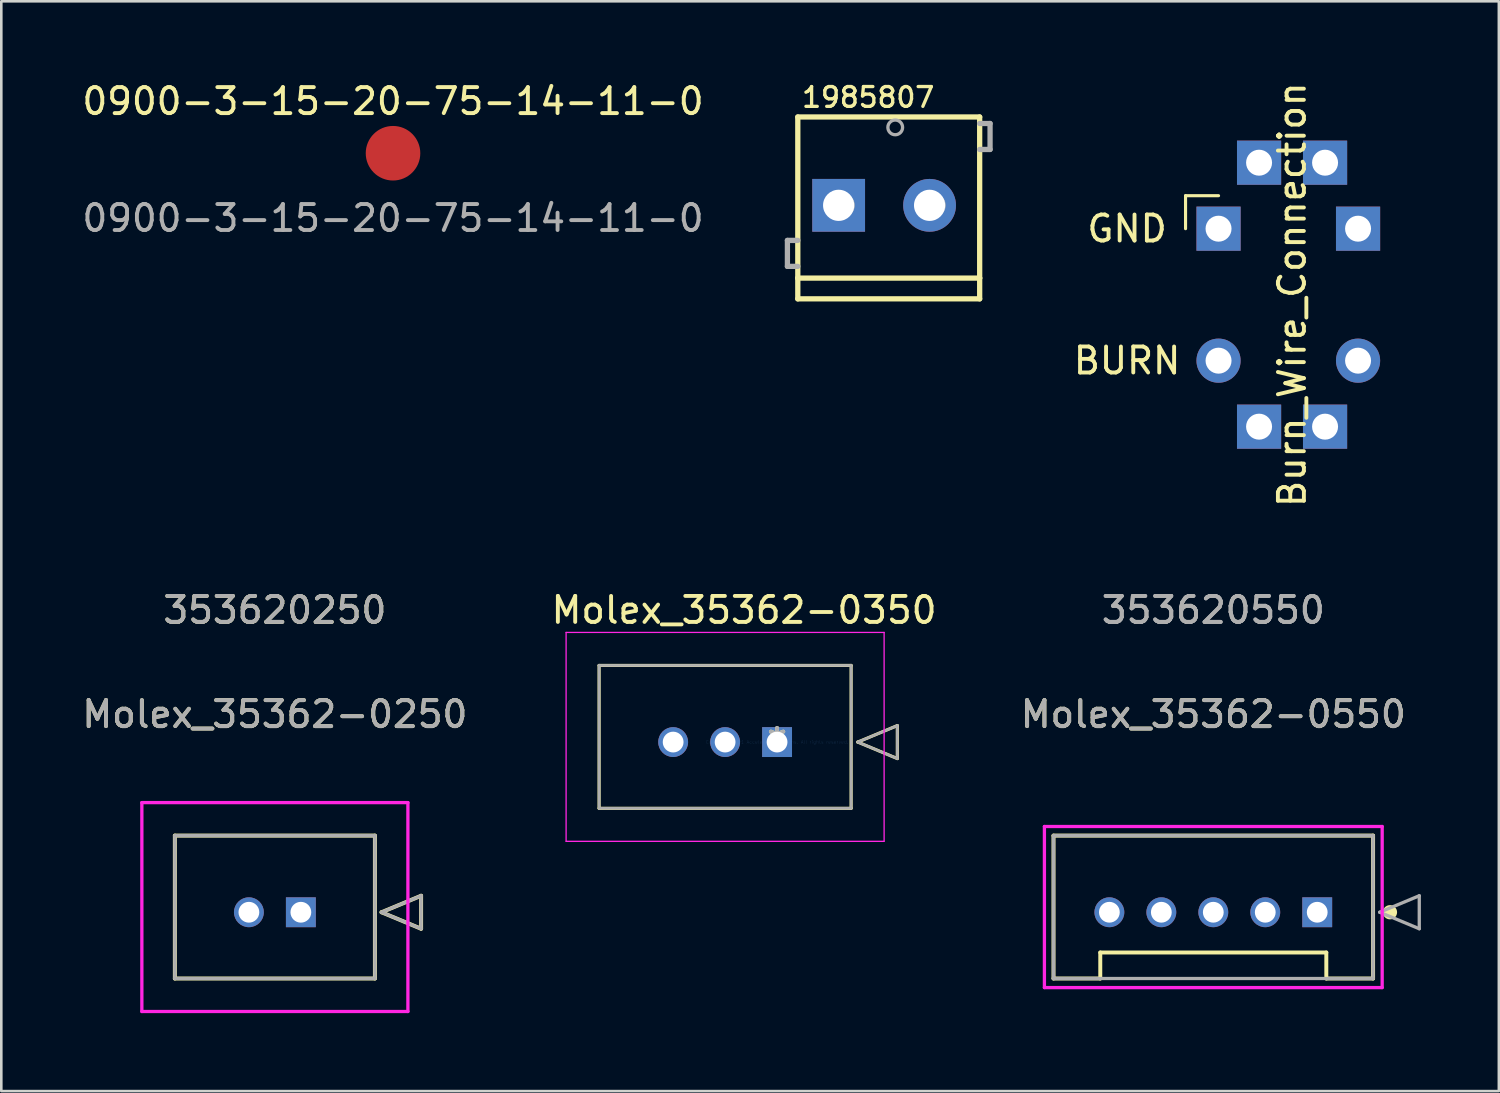
<source format=kicad_pcb>
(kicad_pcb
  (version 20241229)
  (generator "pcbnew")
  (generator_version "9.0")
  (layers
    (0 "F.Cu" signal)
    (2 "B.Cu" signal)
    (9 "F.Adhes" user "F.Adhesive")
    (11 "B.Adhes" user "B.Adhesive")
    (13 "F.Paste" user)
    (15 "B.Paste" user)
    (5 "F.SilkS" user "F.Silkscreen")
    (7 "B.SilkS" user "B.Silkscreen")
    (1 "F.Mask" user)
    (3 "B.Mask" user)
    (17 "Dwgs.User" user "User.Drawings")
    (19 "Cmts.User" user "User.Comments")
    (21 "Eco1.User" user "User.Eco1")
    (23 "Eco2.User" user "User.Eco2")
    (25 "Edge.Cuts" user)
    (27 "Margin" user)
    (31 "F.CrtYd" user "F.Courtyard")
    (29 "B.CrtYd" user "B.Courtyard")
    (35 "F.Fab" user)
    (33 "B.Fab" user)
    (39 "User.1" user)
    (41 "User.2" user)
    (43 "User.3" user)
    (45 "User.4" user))
  (footprint "Molex_35362-0550"
    (layer "F.Cu")
    (at 47.649 32.062)
    (property "Reference" "Molex_35362-0550" (at -4 -7.62 0) (unlocked yes) (layer "F.SilkS") (effects (font (size 1 1) (thickness 0.15))))
    (attr through_hole)
    (fp_line (start -10.15 -2.95) (end -10.15 2.55) (stroke (width 0.152) (type solid)) (layer "F.SilkS"))
    (fp_line (start -10.15 2.55) (end -8.35 2.55) (stroke (width 0.152) (type default)) (layer "F.SilkS"))
    (fp_line (start -8.35 1.55) (end 0.35 1.55) (stroke (width 0.152) (type default)) (layer "F.SilkS"))
    (fp_line (start -8.35 2.55) (end -8.35 1.55) (stroke (width 0.152) (type default)) (layer "F.SilkS"))
    (fp_line (start 0.35 2.55) (end 0.35 1.55) (stroke (width 0.152) (type default)) (layer "F.SilkS"))
    (fp_line (start 2.15 -2.95) (end -10.15 -2.95) (stroke (width 0.152) (type solid)) (layer "F.SilkS"))
    (fp_line (start 2.15 2.55) (end 0.35 2.55) (stroke (width 0.152) (type default)) (layer "F.SilkS"))
    (fp_line (start 2.15 2.55) (end 2.15 -2.95) (stroke (width 0.152) (type solid)) (layer "F.SilkS"))
    (fp_circle (center 2.8 0) (end 3.024 0) (stroke (width 0.1) (type solid)) (fill yes) (layer "F.SilkS"))
    (fp_line (start -10.5 -3.3) (end -10.5 2.9) (stroke (width 0.127) (type solid)) (layer "F.CrtYd"))
    (fp_line (start -10.5 2.9) (end 2.5 2.9) (stroke (width 0.127) (type solid)) (layer "F.CrtYd"))
    (fp_line (start 2.5 -3.3) (end -10.5 -3.3) (stroke (width 0.127) (type solid)) (layer "F.CrtYd"))
    (fp_line (start 2.5 2.9) (end 2.5 -3.3) (stroke (width 0.127) (type solid)) (layer "F.CrtYd"))
    (fp_line (start -10.15 -2.95) (end -10.15 2.55) (stroke (width 0.127) (type solid)) (layer "F.Fab"))
    (fp_line (start -10.15 2.55) (end 2.15 2.55) (stroke (width 0.127) (type solid)) (layer "F.Fab"))
    (fp_line (start 2.15 -2.95) (end -10.15 -2.95) (stroke (width 0.127) (type solid)) (layer "F.Fab"))
    (fp_line (start 2.15 2.55) (end 2.15 -2.95) (stroke (width 0.127) (type solid)) (layer "F.Fab"))
    (fp_line (start 2.404 0) (end 3.928 -0.635) (stroke (width 0.127) (type solid)) (layer "F.Fab"))
    (fp_line (start 3.928 -0.635) (end 3.928 0.635) (stroke (width 0.127) (type solid)) (layer "F.Fab"))
    (fp_line (start 3.928 0.635) (end 2.404 0) (stroke (width 0.127) (type solid)) (layer "F.Fab"))
    (fp_text user "353620550" (at -4 -11.63 0) (unlocked yes) (layer "F.Fab") (effects (font (size 1 1) (thickness 0.15))))
    (fp_text user "353620550" (at -4 -11.63 0) (unlocked yes) (layer "F.Fab") (effects (font (size 1 1) (thickness 0.15))))
    (fp_text user "${REFERENCE}" (at -4 -7.62 0) (unlocked yes) (layer "F.Fab") (effects (font (size 1 1) (thickness 0.15))))
    (pad "1" thru_hole rect (at 0 0) (size 1.15 1.15) (drill 0.8) (layers "*.Cu" "*.Mask"))
    (pad "2" thru_hole circle (at -2 0) (size 1.15 1.15) (drill 0.8) (layers "*.Cu" "*.Mask"))
    (pad "3" thru_hole circle (at -4 0) (size 1.15 1.15) (drill 0.8) (layers "*.Cu" "*.Mask"))
    (pad "4" thru_hole circle (at -6 0) (size 1.15 1.15) (drill 0.8) (layers "*.Cu" "*.Mask"))
    (pad "5" thru_hole circle (at -8 0) (size 1.15 1.15) (drill 0.8) (layers "*.Cu" "*.Mask")))
  (footprint "1985807"
    (layer "F.Cu")
    (at 29.229 4.853)
    (property "Reference" "1985807" (at 3.76 -3.71 180) (layer "F.SilkS") (effects (font (size 0.762 0.762) (thickness 0.127)) (justify right bottom)))
    (attr through_hole)
    (fp_line (start -1.572 -3.4) (end 5.428 -3.4) (stroke (width 0.203) (type solid)) (layer "F.SilkS"))
    (fp_line (start -1.572 2.8) (end -1.572 -3.4) (stroke (width 0.203) (type solid)) (layer "F.SilkS"))
    (fp_line (start -1.572 3.6) (end -1.572 2.8) (stroke (width 0.203) (type solid)) (layer "F.SilkS"))
    (fp_line (start 5.428 -3.4) (end 5.428 2.8) (stroke (width 0.203) (type solid)) (layer "F.SilkS"))
    (fp_line (start 5.428 2.8) (end -1.572 2.8) (stroke (width 0.203) (type solid)) (layer "F.SilkS"))
    (fp_line (start 5.428 2.8) (end 5.428 3.6) (stroke (width 0.203) (type solid)) (layer "F.SilkS"))
    (fp_line (start 5.428 3.6) (end -1.572 3.6) (stroke (width 0.203) (type solid)) (layer "F.SilkS"))
    (fp_line (start -1.972 1.35) (end -1.972 2.35) (stroke (width 0.203) (type solid)) (layer "F.Fab"))
    (fp_line (start -1.972 2.35) (end -1.572 2.35) (stroke (width 0.203) (type solid)) (layer "F.Fab"))
    (fp_line (start -1.572 1.35) (end -1.972 1.35) (stroke (width 0.203) (type solid)) (layer "F.Fab"))
    (fp_line (start 5.428 -3.15) (end 5.828 -3.15) (stroke (width 0.203) (type solid)) (layer "F.Fab"))
    (fp_line (start 5.828 -3.15) (end 5.828 -2.15) (stroke (width 0.203) (type solid)) (layer "F.Fab"))
    (fp_line (start 5.828 -2.15) (end 5.428 -2.15) (stroke (width 0.203) (type solid)) (layer "F.Fab"))
    (fp_circle (center 0.178 0) (end 0.61 0) (stroke (width 0.025) (type solid)) (fill no) (layer "F.Fab"))
    (fp_circle (center 2.178 -3) (end 2.461 -3) (stroke (width 0.127) (type solid)) (fill no) (layer "F.Fab"))
    (fp_circle (center 3.678 0) (end 4.11 0) (stroke (width 0.025) (type solid)) (fill no) (layer "F.Fab"))
    (pad "1" thru_hole rect (at 0 0) (size 2.032 2.032) (drill 1.2) (layers "*.Cu" "*.Mask"))
    (pad "2" thru_hole circle (at 3.5 0) (size 2.032 2.032) (drill 1.2) (layers "*.Cu" "*.Mask")))
  (footprint "Burn_Wire_Connection"
    (layer "F.Cu")
    (at 41.601 1.942)
    (property "Reference" "Burn_Wire_Connection" (at 5.08 6.35 90) (layer "F.SilkS") (effects (font (size 1 1) (thickness 0.15))))
    (attr through_hole)
    (fp_line (start 0.98 2.54) (end 2.25 2.54) (stroke (width 0.12) (type solid)) (layer "F.SilkS"))
    (fp_line (start 0.98 3.81) (end 0.98 2.54) (stroke (width 0.12) (type solid)) (layer "F.SilkS"))
    (fp_line (start 1.93 3.49) (end 1.93 4.13) (stroke (width 0.1) (type solid)) (layer "F.Fab"))
    (fp_line (start 1.93 8.57) (end 1.93 9.21) (stroke (width 0.1) (type solid)) (layer "F.Fab"))
    (fp_text user "GND" (at -1.27 3.81 0) (layer "F.SilkS") (effects (font (size 1 1) (thickness 0.15))))
    (fp_text user "BURN" (at -1.27 8.89 0) (layer "F.SilkS") (effects (font (size 1 1) (thickness 0.15))))
    (pad "1" thru_hole rect (at 2.25 3.81) (size 1.7 1.7) (drill 1) (layers "*.Cu" "*.Mask"))
    (pad "1" thru_hole rect (at 3.81 1.27) (size 1.7 1.7) (drill 1) (layers "*.Cu" "*.Mask"))
    (pad "1" thru_hole rect (at 6.35 1.27) (size 1.7 1.7) (drill 1) (layers "*.Cu" "*.Mask"))
    (pad "1" thru_hole rect (at 7.62 3.81) (size 1.7 1.7) (drill 1) (layers "*.Cu" "*.Mask"))
    (pad "2" thru_hole oval (at 2.25 8.89) (size 1.7 1.7) (drill 1) (layers "*.Cu" "*.Mask"))
    (pad "2" thru_hole rect (at 3.81 11.43) (size 1.7 1.7) (drill 1) (layers "*.Cu" "*.Mask"))
    (pad "2" thru_hole rect (at 6.35 11.43) (size 1.7 1.7) (drill 1) (layers "*.Cu" "*.Mask"))
    (pad "2" thru_hole oval (at 7.62 8.89) (size 1.7 1.7) (drill 1) (layers "*.Cu" "*.Mask")))
  (footprint "Molex_35362-0250"
    (layer "F.Cu")
    (at 8.53 32.062)
    (property "Reference" "Molex_35362-0250" (at -1 -7.62 0) (unlocked yes) (layer "F.SilkS") (effects (font (size 1 1) (thickness 0.15))))
    (attr through_hole)
    (fp_line (start -4.85 -2.95) (end -4.85 2.55) (stroke (width 0.152) (type solid)) (layer "F.SilkS"))
    (fp_line (start -4.85 2.55) (end 2.85 2.55) (stroke (width 0.152) (type solid)) (layer "F.SilkS"))
    (fp_line (start 2.85 -2.95) (end -4.85 -2.95) (stroke (width 0.152) (type solid)) (layer "F.SilkS"))
    (fp_line (start 2.85 2.55) (end 2.85 -2.95) (stroke (width 0.152) (type solid)) (layer "F.SilkS"))
    (fp_line (start 3.104 0) (end 4.628 -0.635) (stroke (width 0.152) (type solid)) (layer "F.SilkS"))
    (fp_line (start 4.628 -0.635) (end 4.628 0.635) (stroke (width 0.152) (type solid)) (layer "F.SilkS"))
    (fp_line (start 4.628 0.635) (end 3.104 0) (stroke (width 0.152) (type solid)) (layer "F.SilkS"))
    (fp_line (start -6.12 -4.22) (end -6.12 3.82) (stroke (width 0.127) (type solid)) (layer "F.CrtYd"))
    (fp_line (start -6.12 3.82) (end 4.12 3.82) (stroke (width 0.127) (type solid)) (layer "F.CrtYd"))
    (fp_line (start 4.12 -4.22) (end -6.12 -4.22) (stroke (width 0.127) (type solid)) (layer "F.CrtYd"))
    (fp_line (start 4.12 3.82) (end 4.12 -4.22) (stroke (width 0.127) (type solid)) (layer "F.CrtYd"))
    (fp_line (start -4.85 -2.95) (end -4.85 2.55) (stroke (width 0.127) (type solid)) (layer "F.Fab"))
    (fp_line (start -4.85 2.55) (end 2.85 2.55) (stroke (width 0.127) (type solid)) (layer "F.Fab"))
    (fp_line (start 2.85 -2.95) (end -4.85 -2.95) (stroke (width 0.127) (type solid)) (layer "F.Fab"))
    (fp_line (start 2.85 2.55) (end 2.85 -2.95) (stroke (width 0.127) (type solid)) (layer "F.Fab"))
    (fp_line (start 3.104 0) (end 4.628 -0.635) (stroke (width 0.127) (type solid)) (layer "F.Fab"))
    (fp_line (start 4.628 -0.635) (end 4.628 0.635) (stroke (width 0.127) (type solid)) (layer "F.Fab"))
    (fp_line (start 4.628 0.635) (end 3.104 0) (stroke (width 0.127) (type solid)) (layer "F.Fab"))
    (fp_text user "353620250" (at -1 -11.63 0) (unlocked yes) (layer "F.SilkS") (effects (font (size 1 1) (thickness 0.15))))
    (fp_text user "353620250" (at -1 -11.63 0) (unlocked yes) (layer "F.Fab") (effects (font (size 1 1) (thickness 0.15))))
    (fp_text user "${REFERENCE}" (at -1 -7.62 0) (unlocked yes) (layer "F.Fab") (effects (font (size 1 1) (thickness 0.15))))
    (pad "1" thru_hole rect (at 0 0) (size 1.15 1.15) (drill 0.8) (layers "*.Cu" "*.Mask"))
    (pad "2" thru_hole circle (at -2 0) (size 1.15 1.15) (drill 0.8) (layers "*.Cu" "*.Mask")))
  (footprint "0900-3-15-20-75-14-11-0"
    (layer "F.Cu")
    (at 12.077 2.848)
    (property "Reference" "0900-3-15-20-75-14-11-0" (at 0 -2 0) (unlocked yes) (layer "F.SilkS") (effects (font (size 1 1) (thickness 0.15))))
    (attr smd)
    (fp_text user "${REFERENCE}" (at 0 2.5 0) (unlocked yes) (layer "F.Fab") (effects (font (size 1 1) (thickness 0.15))))
    (pad "1" smd circle (at 0 0) (size 2.1 2.1) (layers "F.Cu" "F.Mask" "F.Paste")))
  (footprint "Molex_35362-0350"
    (layer "F.Cu")
    (at 26.859 25.512)
    (property "Reference" "Molex_35362-0350" (at -1.27 -5.08 0) (layer "F.SilkS") (effects (font (size 1 1) (thickness 0.15))))
    (attr through_hole)
    (fp_line (start -6.85 -2.95) (end -6.85 2.55) (stroke (width 0.12) (type solid)) (layer "F.SilkS"))
    (fp_line (start -6.85 2.55) (end 2.85 2.55) (stroke (width 0.12) (type solid)) (layer "F.SilkS"))
    (fp_line (start 2.85 -2.95) (end -6.85 -2.95) (stroke (width 0.12) (type solid)) (layer "F.SilkS"))
    (fp_line (start 2.85 2.55) (end 2.85 -2.95) (stroke (width 0.12) (type solid)) (layer "F.SilkS"))
    (fp_line (start 3.104 0) (end 4.628 -0.635) (stroke (width 0.12) (type solid)) (layer "F.SilkS"))
    (fp_line (start 4.628 -0.635) (end 4.628 0.635) (stroke (width 0.12) (type solid)) (layer "F.SilkS"))
    (fp_line (start 4.628 0.635) (end 3.104 0) (stroke (width 0.12) (type solid)) (layer "F.SilkS"))
    (fp_line (start -8.12 -4.22) (end -8.12 3.82) (stroke (width 0.05) (type solid)) (layer "F.CrtYd"))
    (fp_line (start -8.12 3.82) (end 4.12 3.82) (stroke (width 0.05) (type solid)) (layer "F.CrtYd"))
    (fp_line (start 4.12 -4.22) (end -8.12 -4.22) (stroke (width 0.05) (type solid)) (layer "F.CrtYd"))
    (fp_line (start 4.12 3.82) (end 4.12 -4.22) (stroke (width 0.05) (type solid)) (layer "F.CrtYd"))
    (fp_line (start -6.85 -2.95) (end -6.85 2.55) (stroke (width 0.1) (type solid)) (layer "F.Fab"))
    (fp_line (start -6.85 2.55) (end 2.85 2.55) (stroke (width 0.1) (type solid)) (layer "F.Fab"))
    (fp_line (start 2.85 -2.95) (end -6.85 -2.95) (stroke (width 0.1) (type solid)) (layer "F.Fab"))
    (fp_line (start 2.85 2.55) (end 2.85 -2.95) (stroke (width 0.1) (type solid)) (layer "F.Fab"))
    (fp_line (start 3.104 0) (end 4.628 -0.635) (stroke (width 0.1) (type solid)) (layer "F.Fab"))
    (fp_line (start 4.628 -0.635) (end 4.628 0.635) (stroke (width 0.1) (type solid)) (layer "F.Fab"))
    (fp_line (start 4.628 0.635) (end 3.104 0) (stroke (width 0.1) (type solid)) (layer "F.Fab"))
    (fp_text user "*" (at 0 0 0) (layer "F.SilkS") (effects (font (size 1 1) (thickness 0.15))))
    (fp_text user "Copyright 2021 Accelerated Designs. All rights reserved." (at 0 0 0) (layer "Cmts.User") (effects (font (size 0.127 0.127) (thickness 0.002))))
    (fp_text user "*" (at 0 0 0) (layer "F.Fab") (effects (font (size 1 1) (thickness 0.15))))
    (pad "1" thru_hole rect (at 0 0) (size 1.15 1.15) (drill 0.8) (layers "*.Cu" "*.Mask"))
    (pad "2" thru_hole circle (at -2 0) (size 1.15 1.15) (drill 0.8) (layers "*.Cu" "*.Mask"))
    (pad "3" thru_hole circle (at -4 0) (size 1.15 1.15) (drill 0.8) (layers "*.Cu" "*.Mask")))
  (gr_rect
    (start -3 -3)
    (end 54.64 38.945)
    (stroke (width 0.1) (type default))
    (fill no)
    (layer "Edge.Cuts")))
</source>
